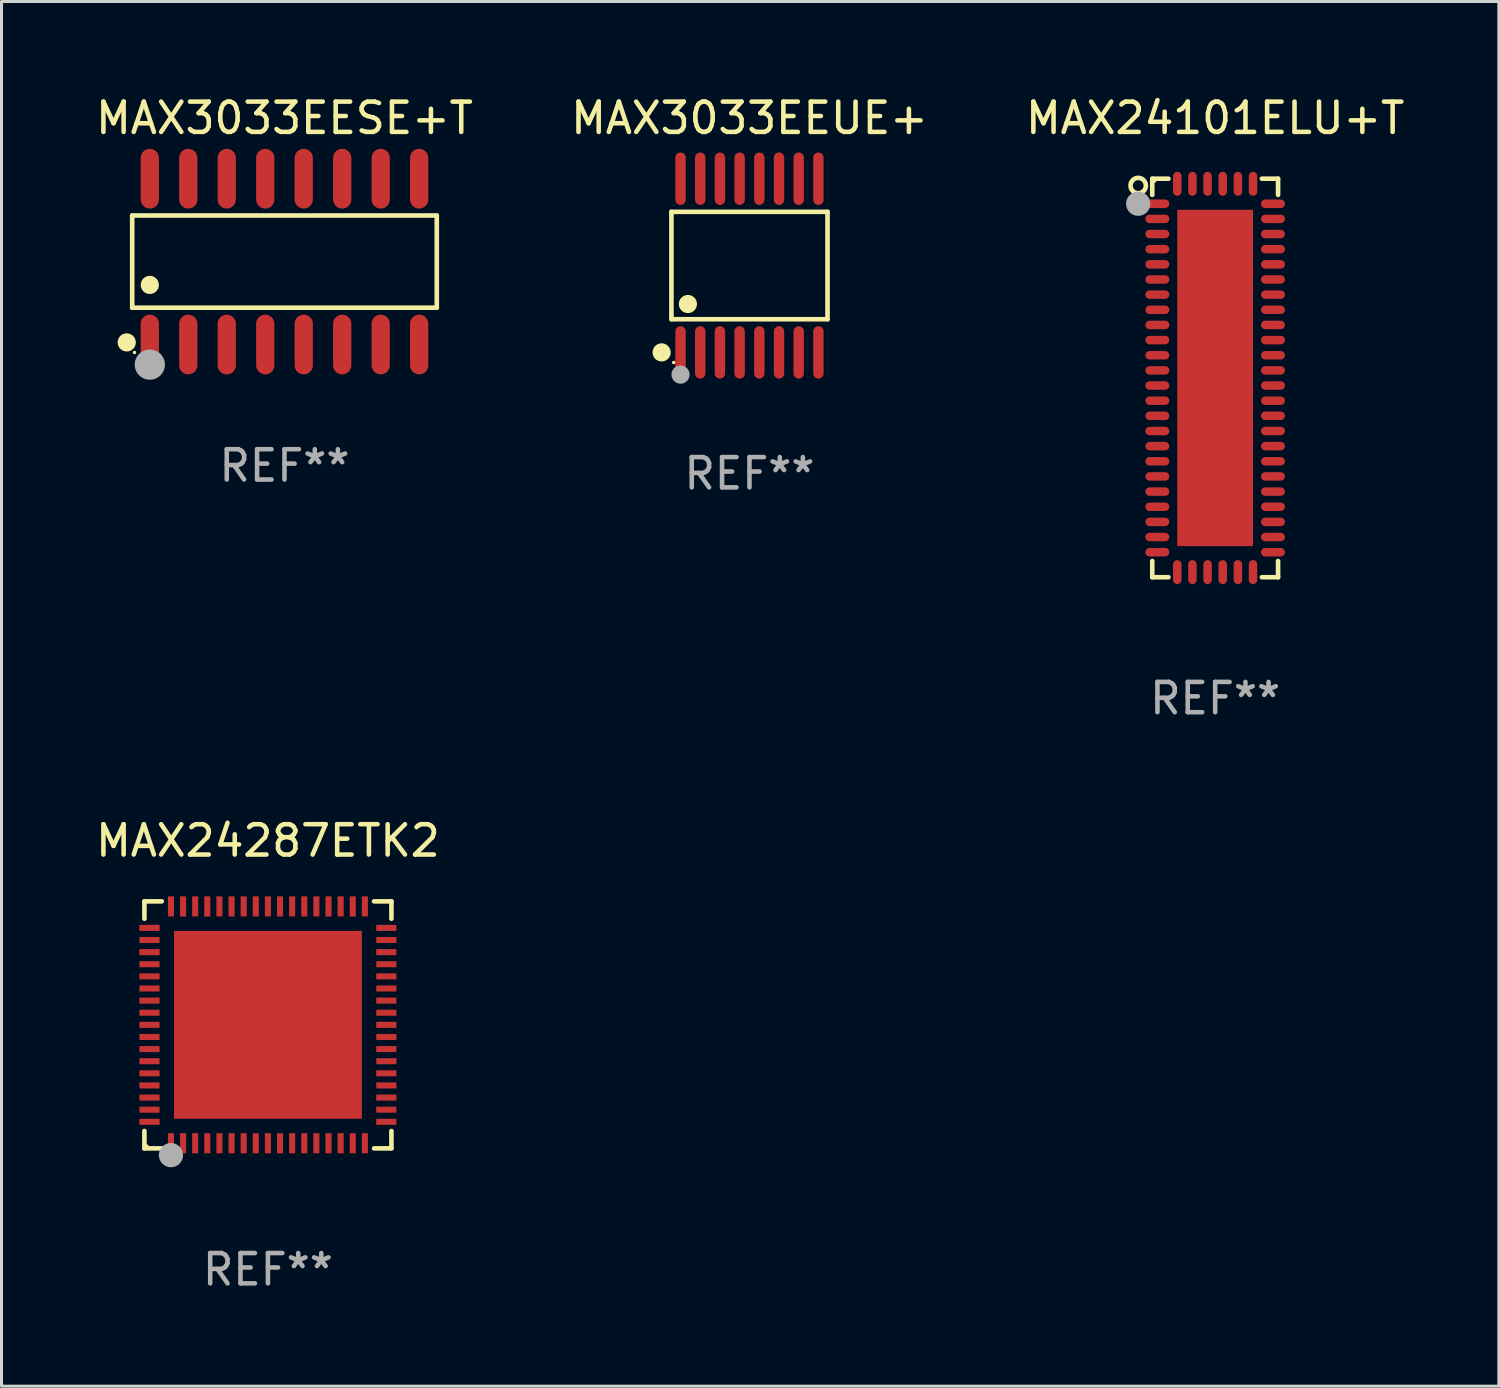
<source format=kicad_pcb>
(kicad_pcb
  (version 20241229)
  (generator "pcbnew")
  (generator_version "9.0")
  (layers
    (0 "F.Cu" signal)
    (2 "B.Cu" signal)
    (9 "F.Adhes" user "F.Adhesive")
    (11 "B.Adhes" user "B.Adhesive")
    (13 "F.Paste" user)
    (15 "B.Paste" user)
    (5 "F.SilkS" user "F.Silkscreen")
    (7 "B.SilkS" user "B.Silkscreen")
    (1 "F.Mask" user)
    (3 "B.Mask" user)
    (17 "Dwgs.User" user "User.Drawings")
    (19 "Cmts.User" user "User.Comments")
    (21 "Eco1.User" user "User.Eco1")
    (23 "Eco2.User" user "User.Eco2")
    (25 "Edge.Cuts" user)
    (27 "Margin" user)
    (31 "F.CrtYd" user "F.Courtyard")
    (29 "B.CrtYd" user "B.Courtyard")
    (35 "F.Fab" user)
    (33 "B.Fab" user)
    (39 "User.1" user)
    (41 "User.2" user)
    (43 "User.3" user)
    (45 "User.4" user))
  (footprint "MAX3033EESE+T"
    (layer "F.Cu")
    (at 6.339 5.584)
    (property "Reference" "MAX3033EESE+T" (at 0 -4.736 0) (layer "F.SilkS") (effects (font (size 1 1) (thickness 0.15))))
    (attr through_hole)
    (fp_line (start -5.026 -1.521) (end 5.026 -1.521) (stroke (width 0.152) (type solid)) (layer "F.SilkS"))
    (fp_line (start -5.026 1.521) (end -5.026 -1.521) (stroke (width 0.152) (type solid)) (layer "F.SilkS"))
    (fp_line (start 5.026 -1.521) (end 5.026 1.521) (stroke (width 0.152) (type solid)) (layer "F.SilkS"))
    (fp_line (start 5.026 1.521) (end -5.026 1.521) (stroke (width 0.152) (type solid)) (layer "F.SilkS"))
    (fp_circle (center -5.207 2.667) (end -5.057 2.667) (stroke (width 0.3) (type solid)) (fill no) (layer "F.SilkS"))
    (fp_circle (center -4.95 3) (end -4.92 3) (stroke (width 0.06) (type solid)) (fill no) (layer "F.SilkS"))
    (fp_circle (center -4.445 0.769) (end -4.295 0.769) (stroke (width 0.3) (type solid)) (fill no) (layer "F.SilkS"))
    (fp_circle (center -4.445 3.4) (end -4.195 3.4) (stroke (width 0.5) (type solid)) (fill no) (layer "F.Fab"))
    (fp_text user "REF**" (at 0 6.736 0) (layer "F.Fab") (effects (font (size 1 1) (thickness 0.15))))
    (pad "1" smd oval (at -4.445 2.736) (size 0.602 1.971) (layers "F.Cu" "F.Mask" "F.Paste"))
    (pad "2" smd oval (at -3.175 2.736) (size 0.602 1.971) (layers "F.Cu" "F.Mask" "F.Paste"))
    (pad "3" smd oval (at -1.905 2.736) (size 0.602 1.971) (layers "F.Cu" "F.Mask" "F.Paste"))
    (pad "4" smd oval (at -0.635 2.736) (size 0.602 1.971) (layers "F.Cu" "F.Mask" "F.Paste"))
    (pad "5" smd oval (at 0.635 2.736) (size 0.602 1.971) (layers "F.Cu" "F.Mask" "F.Paste"))
    (pad "6" smd oval (at 1.905 2.736) (size 0.602 1.971) (layers "F.Cu" "F.Mask" "F.Paste"))
    (pad "7" smd oval (at 3.175 2.736) (size 0.602 1.971) (layers "F.Cu" "F.Mask" "F.Paste"))
    (pad "8" smd oval (at 4.445 2.736) (size 0.602 1.971) (layers "F.Cu" "F.Mask" "F.Paste"))
    (pad "9" smd oval (at 4.445 -2.736) (size 0.602 1.971) (layers "F.Cu" "F.Mask" "F.Paste"))
    (pad "10" smd oval (at 3.175 -2.736) (size 0.602 1.971) (layers "F.Cu" "F.Mask" "F.Paste"))
    (pad "11" smd oval (at 1.905 -2.736) (size 0.602 1.971) (layers "F.Cu" "F.Mask" "F.Paste"))
    (pad "12" smd oval (at 0.635 -2.736) (size 0.602 1.971) (layers "F.Cu" "F.Mask" "F.Paste"))
    (pad "13" smd oval (at -0.635 -2.736) (size 0.602 1.971) (layers "F.Cu" "F.Mask" "F.Paste"))
    (pad "14" smd oval (at -1.905 -2.736) (size 0.602 1.971) (layers "F.Cu" "F.Mask" "F.Paste"))
    (pad "15" smd oval (at -3.175 -2.736) (size 0.602 1.971) (layers "F.Cu" "F.Mask" "F.Paste"))
    (pad "16" smd oval (at -4.445 -2.736) (size 0.602 1.971) (layers "F.Cu" "F.Mask" "F.Paste")))
  (footprint "MAX3033EEUE+"
    (layer "F.Cu")
    (at 21.685 5.714)
    (property "Reference" "MAX3033EEUE+" (at 0 -4.866 0) (layer "F.SilkS") (effects (font (size 1 1) (thickness 0.15))))
    (attr through_hole)
    (fp_line (start -2.576 -1.772) (end 2.576 -1.772) (stroke (width 0.152) (type solid)) (layer "F.SilkS"))
    (fp_line (start -2.576 1.771) (end -2.576 -1.772) (stroke (width 0.152) (type solid)) (layer "F.SilkS"))
    (fp_line (start 2.576 -1.772) (end 2.576 1.771) (stroke (width 0.152) (type solid)) (layer "F.SilkS"))
    (fp_line (start 2.576 1.771) (end -2.576 1.771) (stroke (width 0.152) (type solid)) (layer "F.SilkS"))
    (fp_circle (center -2.899 2.866) (end -2.749 2.866) (stroke (width 0.3) (type solid)) (fill no) (layer "F.SilkS"))
    (fp_circle (center -2.5 3.2) (end -2.47 3.2) (stroke (width 0.06) (type solid)) (fill no) (layer "F.SilkS"))
    (fp_circle (center -2.032 1.27) (end -1.882 1.27) (stroke (width 0.3) (type solid)) (fill no) (layer "F.SilkS"))
    (fp_circle (center -2.275 3.6) (end -2.125 3.6) (stroke (width 0.3) (type solid)) (fill no) (layer "F.Fab"))
    (fp_text user "REF**" (at 0 6.866 0) (layer "F.Fab") (effects (font (size 1 1) (thickness 0.15))))
    (pad "1" smd oval (at -2.275 2.866) (size 0.343 1.731) (layers "F.Cu" "F.Mask" "F.Paste"))
    (pad "2" smd oval (at -1.625 2.866) (size 0.343 1.731) (layers "F.Cu" "F.Mask" "F.Paste"))
    (pad "3" smd oval (at -0.975 2.866) (size 0.343 1.731) (layers "F.Cu" "F.Mask" "F.Paste"))
    (pad "4" smd oval (at -0.325 2.866) (size 0.343 1.731) (layers "F.Cu" "F.Mask" "F.Paste"))
    (pad "5" smd oval (at 0.325 2.866) (size 0.343 1.731) (layers "F.Cu" "F.Mask" "F.Paste"))
    (pad "6" smd oval (at 0.975 2.866) (size 0.343 1.731) (layers "F.Cu" "F.Mask" "F.Paste"))
    (pad "7" smd oval (at 1.625 2.866) (size 0.343 1.731) (layers "F.Cu" "F.Mask" "F.Paste"))
    (pad "8" smd oval (at 2.275 2.866) (size 0.343 1.731) (layers "F.Cu" "F.Mask" "F.Paste"))
    (pad "9" smd oval (at 2.275 -2.866) (size 0.343 1.731) (layers "F.Cu" "F.Mask" "F.Paste"))
    (pad "10" smd oval (at 1.625 -2.866) (size 0.343 1.731) (layers "F.Cu" "F.Mask" "F.Paste"))
    (pad "11" smd oval (at 0.975 -2.866) (size 0.343 1.731) (layers "F.Cu" "F.Mask" "F.Paste"))
    (pad "12" smd oval (at 0.325 -2.866) (size 0.343 1.731) (layers "F.Cu" "F.Mask" "F.Paste"))
    (pad "13" smd oval (at -0.325 -2.866) (size 0.343 1.731) (layers "F.Cu" "F.Mask" "F.Paste"))
    (pad "14" smd oval (at -0.975 -2.866) (size 0.343 1.731) (layers "F.Cu" "F.Mask" "F.Paste"))
    (pad "15" smd oval (at -1.625 -2.866) (size 0.343 1.731) (layers "F.Cu" "F.Mask" "F.Paste"))
    (pad "16" smd oval (at -2.275 -2.866) (size 0.343 1.731) (layers "F.Cu" "F.Mask" "F.Paste")))
  (footprint "MAX24101ELU+T"
    (layer "F.Cu")
    (at 37.054 9.424)
    (property "Reference" "MAX24101ELU+T" (at 0 -8.576 0) (layer "F.SilkS") (effects (font (size 1 1) (thickness 0.15))))
    (attr through_hole)
    (fp_line (start -2.076 -6.576) (end -1.542 -6.576) (stroke (width 0.152) (type solid)) (layer "F.SilkS"))
    (fp_line (start -2.076 -6.042) (end -2.076 -6.576) (stroke (width 0.152) (type solid)) (layer "F.SilkS"))
    (fp_line (start -2.076 6.042) (end -2.076 6.576) (stroke (width 0.152) (type solid)) (layer "F.SilkS"))
    (fp_line (start -2.076 6.576) (end -1.542 6.576) (stroke (width 0.152) (type solid)) (layer "F.SilkS"))
    (fp_line (start 2.076 -6.576) (end 1.542 -6.576) (stroke (width 0.152) (type solid)) (layer "F.SilkS"))
    (fp_line (start 2.076 -6.042) (end 2.076 -6.576) (stroke (width 0.152) (type solid)) (layer "F.SilkS"))
    (fp_line (start 2.076 6.042) (end 2.076 6.576) (stroke (width 0.152) (type solid)) (layer "F.SilkS"))
    (fp_line (start 2.076 6.576) (end 1.542 6.576) (stroke (width 0.152) (type solid)) (layer "F.SilkS"))
    (fp_circle (center -2.54 -6.35) (end -2.286 -6.35) (stroke (width 0.152) (type solid)) (fill no) (layer "F.SilkS"))
    (fp_circle (center -2 -6.5) (end -1.97 -6.5) (stroke (width 0.06) (type solid)) (fill no) (layer "F.SilkS"))
    (fp_circle (center -2.541 -5.75) (end -2.341 -5.75) (stroke (width 0.4) (type solid)) (fill no) (layer "F.Fab"))
    (fp_text user "REF**" (at 0 10.576 0) (layer "F.Fab") (effects (font (size 1 1) (thickness 0.15))))
    (pad "1" smd oval (at -1.908 -5.75) (size 0.79 0.28) (layers "F.Cu" "F.Mask" "F.Paste"))
    (pad "2" smd oval (at -1.908 -5.25) (size 0.79 0.28) (layers "F.Cu" "F.Mask" "F.Paste"))
    (pad "3" smd oval (at -1.908 -4.75) (size 0.79 0.28) (layers "F.Cu" "F.Mask" "F.Paste"))
    (pad "4" smd oval (at -1.908 -4.25) (size 0.79 0.28) (layers "F.Cu" "F.Mask" "F.Paste"))
    (pad "5" smd oval (at -1.908 -3.75) (size 0.79 0.28) (layers "F.Cu" "F.Mask" "F.Paste"))
    (pad "6" smd oval (at -1.908 -3.25) (size 0.79 0.28) (layers "F.Cu" "F.Mask" "F.Paste"))
    (pad "7" smd oval (at -1.908 -2.75) (size 0.79 0.28) (layers "F.Cu" "F.Mask" "F.Paste"))
    (pad "8" smd oval (at -1.908 -2.25) (size 0.79 0.28) (layers "F.Cu" "F.Mask" "F.Paste"))
    (pad "9" smd oval (at -1.908 -1.75) (size 0.79 0.28) (layers "F.Cu" "F.Mask" "F.Paste"))
    (pad "10" smd oval (at -1.908 -1.25) (size 0.79 0.28) (layers "F.Cu" "F.Mask" "F.Paste"))
    (pad "11" smd oval (at -1.908 -0.75) (size 0.79 0.28) (layers "F.Cu" "F.Mask" "F.Paste"))
    (pad "12" smd oval (at -1.908 -0.25) (size 0.79 0.28) (layers "F.Cu" "F.Mask" "F.Paste"))
    (pad "13" smd oval (at -1.908 0.25) (size 0.79 0.28) (layers "F.Cu" "F.Mask" "F.Paste"))
    (pad "14" smd oval (at -1.908 0.75) (size 0.79 0.28) (layers "F.Cu" "F.Mask" "F.Paste"))
    (pad "15" smd oval (at -1.908 1.25) (size 0.79 0.28) (layers "F.Cu" "F.Mask" "F.Paste"))
    (pad "16" smd oval (at -1.908 1.75) (size 0.79 0.28) (layers "F.Cu" "F.Mask" "F.Paste"))
    (pad "17" smd oval (at -1.908 2.25) (size 0.79 0.28) (layers "F.Cu" "F.Mask" "F.Paste"))
    (pad "18" smd oval (at -1.908 2.75) (size 0.79 0.28) (layers "F.Cu" "F.Mask" "F.Paste"))
    (pad "19" smd oval (at -1.908 3.25) (size 0.79 0.28) (layers "F.Cu" "F.Mask" "F.Paste"))
    (pad "20" smd oval (at -1.908 3.75) (size 0.79 0.28) (layers "F.Cu" "F.Mask" "F.Paste"))
    (pad "21" smd oval (at -1.908 4.25) (size 0.79 0.28) (layers "F.Cu" "F.Mask" "F.Paste"))
    (pad "22" smd oval (at -1.908 4.75) (size 0.79 0.28) (layers "F.Cu" "F.Mask" "F.Paste"))
    (pad "23" smd oval (at -1.908 5.25) (size 0.79 0.28) (layers "F.Cu" "F.Mask" "F.Paste"))
    (pad "24" smd oval (at -1.908 5.75) (size 0.79 0.28) (layers "F.Cu" "F.Mask" "F.Paste"))
    (pad "25" smd oval (at -1.25 6.407) (size 0.28 0.79) (layers "F.Cu" "F.Mask" "F.Paste"))
    (pad "26" smd oval (at -0.75 6.407) (size 0.28 0.79) (layers "F.Cu" "F.Mask" "F.Paste"))
    (pad "27" smd oval (at -0.25 6.407) (size 0.28 0.79) (layers "F.Cu" "F.Mask" "F.Paste"))
    (pad "28" smd oval (at 0.25 6.407) (size 0.28 0.79) (layers "F.Cu" "F.Mask" "F.Paste"))
    (pad "29" smd oval (at 0.75 6.407) (size 0.28 0.79) (layers "F.Cu" "F.Mask" "F.Paste"))
    (pad "30" smd oval (at 1.25 6.407) (size 0.28 0.79) (layers "F.Cu" "F.Mask" "F.Paste"))
    (pad "31" smd oval (at 1.908 5.75) (size 0.79 0.28) (layers "F.Cu" "F.Mask" "F.Paste"))
    (pad "32" smd oval (at 1.908 5.25) (size 0.79 0.28) (layers "F.Cu" "F.Mask" "F.Paste"))
    (pad "33" smd oval (at 1.908 4.75) (size 0.79 0.28) (layers "F.Cu" "F.Mask" "F.Paste"))
    (pad "34" smd oval (at 1.908 4.25) (size 0.79 0.28) (layers "F.Cu" "F.Mask" "F.Paste"))
    (pad "35" smd oval (at 1.908 3.75) (size 0.79 0.28) (layers "F.Cu" "F.Mask" "F.Paste"))
    (pad "36" smd oval (at 1.908 3.25) (size 0.79 0.28) (layers "F.Cu" "F.Mask" "F.Paste"))
    (pad "37" smd oval (at 1.908 2.75) (size 0.79 0.28) (layers "F.Cu" "F.Mask" "F.Paste"))
    (pad "38" smd oval (at 1.908 2.25) (size 0.79 0.28) (layers "F.Cu" "F.Mask" "F.Paste"))
    (pad "39" smd oval (at 1.908 1.75) (size 0.79 0.28) (layers "F.Cu" "F.Mask" "F.Paste"))
    (pad "40" smd oval (at 1.908 1.25) (size 0.79 0.28) (layers "F.Cu" "F.Mask" "F.Paste"))
    (pad "41" smd oval (at 1.908 0.75) (size 0.79 0.28) (layers "F.Cu" "F.Mask" "F.Paste"))
    (pad "42" smd oval (at 1.908 0.25) (size 0.79 0.28) (layers "F.Cu" "F.Mask" "F.Paste"))
    (pad "43" smd oval (at 1.908 -0.25) (size 0.79 0.28) (layers "F.Cu" "F.Mask" "F.Paste"))
    (pad "44" smd oval (at 1.908 -0.75) (size 0.79 0.28) (layers "F.Cu" "F.Mask" "F.Paste"))
    (pad "45" smd oval (at 1.908 -1.25) (size 0.79 0.28) (layers "F.Cu" "F.Mask" "F.Paste"))
    (pad "46" smd oval (at 1.908 -1.75) (size 0.79 0.28) (layers "F.Cu" "F.Mask" "F.Paste"))
    (pad "47" smd oval (at 1.908 -2.25) (size 0.79 0.28) (layers "F.Cu" "F.Mask" "F.Paste"))
    (pad "48" smd oval (at 1.908 -2.75) (size 0.79 0.28) (layers "F.Cu" "F.Mask" "F.Paste"))
    (pad "49" smd oval (at 1.908 -3.25) (size 0.79 0.28) (layers "F.Cu" "F.Mask" "F.Paste"))
    (pad "50" smd oval (at 1.908 -3.75) (size 0.79 0.28) (layers "F.Cu" "F.Mask" "F.Paste"))
    (pad "51" smd oval (at 1.908 -4.25) (size 0.79 0.28) (layers "F.Cu" "F.Mask" "F.Paste"))
    (pad "52" smd oval (at 1.908 -4.75) (size 0.79 0.28) (layers "F.Cu" "F.Mask" "F.Paste"))
    (pad "53" smd oval (at 1.908 -5.25) (size 0.79 0.28) (layers "F.Cu" "F.Mask" "F.Paste"))
    (pad "54" smd oval (at 1.908 -5.75) (size 0.79 0.28) (layers "F.Cu" "F.Mask" "F.Paste"))
    (pad "55" smd oval (at 1.25 -6.407) (size 0.28 0.79) (layers "F.Cu" "F.Mask" "F.Paste"))
    (pad "56" smd oval (at 0.75 -6.407) (size 0.28 0.79) (layers "F.Cu" "F.Mask" "F.Paste"))
    (pad "57" smd oval (at 0.25 -6.407) (size 0.28 0.79) (layers "F.Cu" "F.Mask" "F.Paste"))
    (pad "58" smd oval (at -0.25 -6.407) (size 0.28 0.79) (layers "F.Cu" "F.Mask" "F.Paste"))
    (pad "59" smd oval (at -0.75 -6.407) (size 0.28 0.79) (layers "F.Cu" "F.Mask" "F.Paste"))
    (pad "60" smd oval (at -1.25 -6.407) (size 0.28 0.79) (layers "F.Cu" "F.Mask" "F.Paste"))
    (pad "61" smd rect (at 0 0) (size 2.5 11.1) (layers "F.Cu" "F.Mask" "F.Paste")))
  (footprint "MAX24287ETK2"
    (layer "F.Cu")
    (at 5.792 30.773)
    (property "Reference" "MAX24287ETK2" (at 0 -6.076 0) (layer "F.SilkS") (effects (font (size 1 1) (thickness 0.15))))
    (attr through_hole)
    (fp_line (start -4.076 -4.076) (end -3.503 -4.076) (stroke (width 0.152) (type solid)) (layer "F.SilkS"))
    (fp_line (start -4.076 -3.503) (end -4.076 -4.076) (stroke (width 0.152) (type solid)) (layer "F.SilkS"))
    (fp_line (start -4.076 3.503) (end -4.076 4.076) (stroke (width 0.152) (type solid)) (layer "F.SilkS"))
    (fp_line (start -4.076 4.076) (end -3.503 4.076) (stroke (width 0.152) (type solid)) (layer "F.SilkS"))
    (fp_line (start 4.076 -4.076) (end 3.503 -4.076) (stroke (width 0.152) (type solid)) (layer "F.SilkS"))
    (fp_line (start 4.076 -3.503) (end 4.076 -4.076) (stroke (width 0.152) (type solid)) (layer "F.SilkS"))
    (fp_line (start 4.076 3.503) (end 4.076 4.076) (stroke (width 0.152) (type solid)) (layer "F.SilkS"))
    (fp_line (start 4.076 4.076) (end 3.503 4.076) (stroke (width 0.152) (type solid)) (layer "F.SilkS"))
    (fp_circle (center -4 4) (end -3.97 4) (stroke (width 0.06) (type solid)) (fill no) (layer "F.SilkS"))
    (fp_circle (center -3.2 4.54) (end -3.125 4.54) (stroke (width 0.15) (type solid)) (fill no) (layer "F.SilkS"))
    (fp_circle (center -3.2 4.3) (end -3 4.3) (stroke (width 0.4) (type solid)) (fill no) (layer "F.Fab"))
    (fp_text user "REF**" (at 0 8.076 0) (layer "F.Fab") (effects (font (size 1 1) (thickness 0.15))))
    (pad "1" smd rect (at -3.2 3.908) (size 0.2 0.665) (layers "F.Cu" "F.Mask" "F.Paste"))
    (pad "2" smd rect (at -2.8 3.908) (size 0.2 0.665) (layers "F.Cu" "F.Mask" "F.Paste"))
    (pad "3" smd rect (at -2.4 3.908) (size 0.2 0.665) (layers "F.Cu" "F.Mask" "F.Paste"))
    (pad "4" smd rect (at -2 3.908) (size 0.2 0.665) (layers "F.Cu" "F.Mask" "F.Paste"))
    (pad "5" smd rect (at -1.6 3.908) (size 0.2 0.665) (layers "F.Cu" "F.Mask" "F.Paste"))
    (pad "6" smd rect (at -1.2 3.908) (size 0.2 0.665) (layers "F.Cu" "F.Mask" "F.Paste"))
    (pad "7" smd rect (at -0.8 3.908) (size 0.2 0.665) (layers "F.Cu" "F.Mask" "F.Paste"))
    (pad "8" smd rect (at -0.4 3.908) (size 0.2 0.665) (layers "F.Cu" "F.Mask" "F.Paste"))
    (pad "9" smd rect (at 0 3.908) (size 0.2 0.665) (layers "F.Cu" "F.Mask" "F.Paste"))
    (pad "10" smd rect (at 0.4 3.908) (size 0.2 0.665) (layers "F.Cu" "F.Mask" "F.Paste"))
    (pad "11" smd rect (at 0.8 3.908) (size 0.2 0.665) (layers "F.Cu" "F.Mask" "F.Paste"))
    (pad "12" smd rect (at 1.2 3.908) (size 0.2 0.665) (layers "F.Cu" "F.Mask" "F.Paste"))
    (pad "13" smd rect (at 1.6 3.908) (size 0.2 0.665) (layers "F.Cu" "F.Mask" "F.Paste"))
    (pad "14" smd rect (at 2 3.908) (size 0.2 0.665) (layers "F.Cu" "F.Mask" "F.Paste"))
    (pad "15" smd rect (at 2.4 3.908) (size 0.2 0.665) (layers "F.Cu" "F.Mask" "F.Paste"))
    (pad "16" smd rect (at 2.8 3.908) (size 0.2 0.665) (layers "F.Cu" "F.Mask" "F.Paste"))
    (pad "17" smd rect (at 3.2 3.908) (size 0.2 0.665) (layers "F.Cu" "F.Mask" "F.Paste"))
    (pad "18" smd rect (at 3.908 3.2) (size 0.665 0.2) (layers "F.Cu" "F.Mask" "F.Paste"))
    (pad "19" smd rect (at 3.908 2.8) (size 0.665 0.2) (layers "F.Cu" "F.Mask" "F.Paste"))
    (pad "20" smd rect (at 3.908 2.4) (size 0.665 0.2) (layers "F.Cu" "F.Mask" "F.Paste"))
    (pad "21" smd rect (at 3.908 2) (size 0.665 0.2) (layers "F.Cu" "F.Mask" "F.Paste"))
    (pad "22" smd rect (at 3.908 1.6) (size 0.665 0.2) (layers "F.Cu" "F.Mask" "F.Paste"))
    (pad "23" smd rect (at 3.908 1.2) (size 0.665 0.2) (layers "F.Cu" "F.Mask" "F.Paste"))
    (pad "24" smd rect (at 3.908 0.8) (size 0.665 0.2) (layers "F.Cu" "F.Mask" "F.Paste"))
    (pad "25" smd rect (at 3.908 0.4) (size 0.665 0.2) (layers "F.Cu" "F.Mask" "F.Paste"))
    (pad "26" smd rect (at 3.908 0) (size 0.665 0.2) (layers "F.Cu" "F.Mask" "F.Paste"))
    (pad "27" smd rect (at 3.908 -0.4) (size 0.665 0.2) (layers "F.Cu" "F.Mask" "F.Paste"))
    (pad "28" smd rect (at 3.908 -0.8) (size 0.665 0.2) (layers "F.Cu" "F.Mask" "F.Paste"))
    (pad "29" smd rect (at 3.908 -1.2) (size 0.665 0.2) (layers "F.Cu" "F.Mask" "F.Paste"))
    (pad "30" smd rect (at 3.908 -1.6) (size 0.665 0.2) (layers "F.Cu" "F.Mask" "F.Paste"))
    (pad "31" smd rect (at 3.908 -2) (size 0.665 0.2) (layers "F.Cu" "F.Mask" "F.Paste"))
    (pad "32" smd rect (at 3.908 -2.4) (size 0.665 0.2) (layers "F.Cu" "F.Mask" "F.Paste"))
    (pad "33" smd rect (at 3.908 -2.8) (size 0.665 0.2) (layers "F.Cu" "F.Mask" "F.Paste"))
    (pad "34" smd rect (at 3.908 -3.2) (size 0.665 0.2) (layers "F.Cu" "F.Mask" "F.Paste"))
    (pad "35" smd rect (at 3.2 -3.908) (size 0.2 0.665) (layers "F.Cu" "F.Mask" "F.Paste"))
    (pad "36" smd rect (at 2.8 -3.908) (size 0.2 0.665) (layers "F.Cu" "F.Mask" "F.Paste"))
    (pad "37" smd rect (at 2.4 -3.908) (size 0.2 0.665) (layers "F.Cu" "F.Mask" "F.Paste"))
    (pad "38" smd rect (at 2 -3.908) (size 0.2 0.665) (layers "F.Cu" "F.Mask" "F.Paste"))
    (pad "39" smd rect (at 1.6 -3.908) (size 0.2 0.665) (layers "F.Cu" "F.Mask" "F.Paste"))
    (pad "40" smd rect (at 1.2 -3.908) (size 0.2 0.665) (layers "F.Cu" "F.Mask" "F.Paste"))
    (pad "41" smd rect (at 0.8 -3.908) (size 0.2 0.665) (layers "F.Cu" "F.Mask" "F.Paste"))
    (pad "42" smd rect (at 0.4 -3.908) (size 0.2 0.665) (layers "F.Cu" "F.Mask" "F.Paste"))
    (pad "43" smd rect (at 0 -3.908) (size 0.2 0.665) (layers "F.Cu" "F.Mask" "F.Paste"))
    (pad "44" smd rect (at -0.4 -3.908) (size 0.2 0.665) (layers "F.Cu" "F.Mask" "F.Paste"))
    (pad "45" smd rect (at -0.8 -3.908) (size 0.2 0.665) (layers "F.Cu" "F.Mask" "F.Paste"))
    (pad "46" smd rect (at -1.2 -3.908) (size 0.2 0.665) (layers "F.Cu" "F.Mask" "F.Paste"))
    (pad "47" smd rect (at -1.6 -3.908) (size 0.2 0.665) (layers "F.Cu" "F.Mask" "F.Paste"))
    (pad "48" smd rect (at -2 -3.908) (size 0.2 0.665) (layers "F.Cu" "F.Mask" "F.Paste"))
    (pad "49" smd rect (at -2.4 -3.908) (size 0.2 0.665) (layers "F.Cu" "F.Mask" "F.Paste"))
    (pad "50" smd rect (at -2.8 -3.908) (size 0.2 0.665) (layers "F.Cu" "F.Mask" "F.Paste"))
    (pad "51" smd rect (at -3.2 -3.908) (size 0.2 0.665) (layers "F.Cu" "F.Mask" "F.Paste"))
    (pad "52" smd rect (at -3.908 -3.2) (size 0.665 0.2) (layers "F.Cu" "F.Mask" "F.Paste"))
    (pad "53" smd rect (at -3.908 -2.8) (size 0.665 0.2) (layers "F.Cu" "F.Mask" "F.Paste"))
    (pad "54" smd rect (at -3.908 -2.4) (size 0.665 0.2) (layers "F.Cu" "F.Mask" "F.Paste"))
    (pad "55" smd rect (at -3.908 -2) (size 0.665 0.2) (layers "F.Cu" "F.Mask" "F.Paste"))
    (pad "56" smd rect (at -3.908 -1.6) (size 0.665 0.2) (layers "F.Cu" "F.Mask" "F.Paste"))
    (pad "57" smd rect (at -3.908 -1.2) (size 0.665 0.2) (layers "F.Cu" "F.Mask" "F.Paste"))
    (pad "58" smd rect (at -3.908 -0.8) (size 0.665 0.2) (layers "F.Cu" "F.Mask" "F.Paste"))
    (pad "59" smd rect (at -3.908 -0.4) (size 0.665 0.2) (layers "F.Cu" "F.Mask" "F.Paste"))
    (pad "60" smd rect (at -3.908 0) (size 0.665 0.2) (layers "F.Cu" "F.Mask" "F.Paste"))
    (pad "61" smd rect (at -3.908 0.4) (size 0.665 0.2) (layers "F.Cu" "F.Mask" "F.Paste"))
    (pad "62" smd rect (at -3.908 0.8) (size 0.665 0.2) (layers "F.Cu" "F.Mask" "F.Paste"))
    (pad "63" smd rect (at -3.908 1.2) (size 0.665 0.2) (layers "F.Cu" "F.Mask" "F.Paste"))
    (pad "64" smd rect (at -3.908 1.6) (size 0.665 0.2) (layers "F.Cu" "F.Mask" "F.Paste"))
    (pad "65" smd rect (at -3.908 2) (size 0.665 0.2) (layers "F.Cu" "F.Mask" "F.Paste"))
    (pad "66" smd rect (at -3.908 2.4) (size 0.665 0.2) (layers "F.Cu" "F.Mask" "F.Paste"))
    (pad "67" smd rect (at -3.908 2.8) (size 0.665 0.2) (layers "F.Cu" "F.Mask" "F.Paste"))
    (pad "68" smd rect (at -3.908 3.2) (size 0.665 0.2) (layers "F.Cu" "F.Mask" "F.Paste"))
    (pad "69" smd rect (at 0 0) (size 6.2 6.2) (layers "F.Cu" "F.Mask" "F.Paste")))
  (gr_rect
    (start -3 -3)
    (end 46.417 42.698)
    (stroke (width 0.1) (type default))
    (fill no)
    (layer "Edge.Cuts")))
</source>
